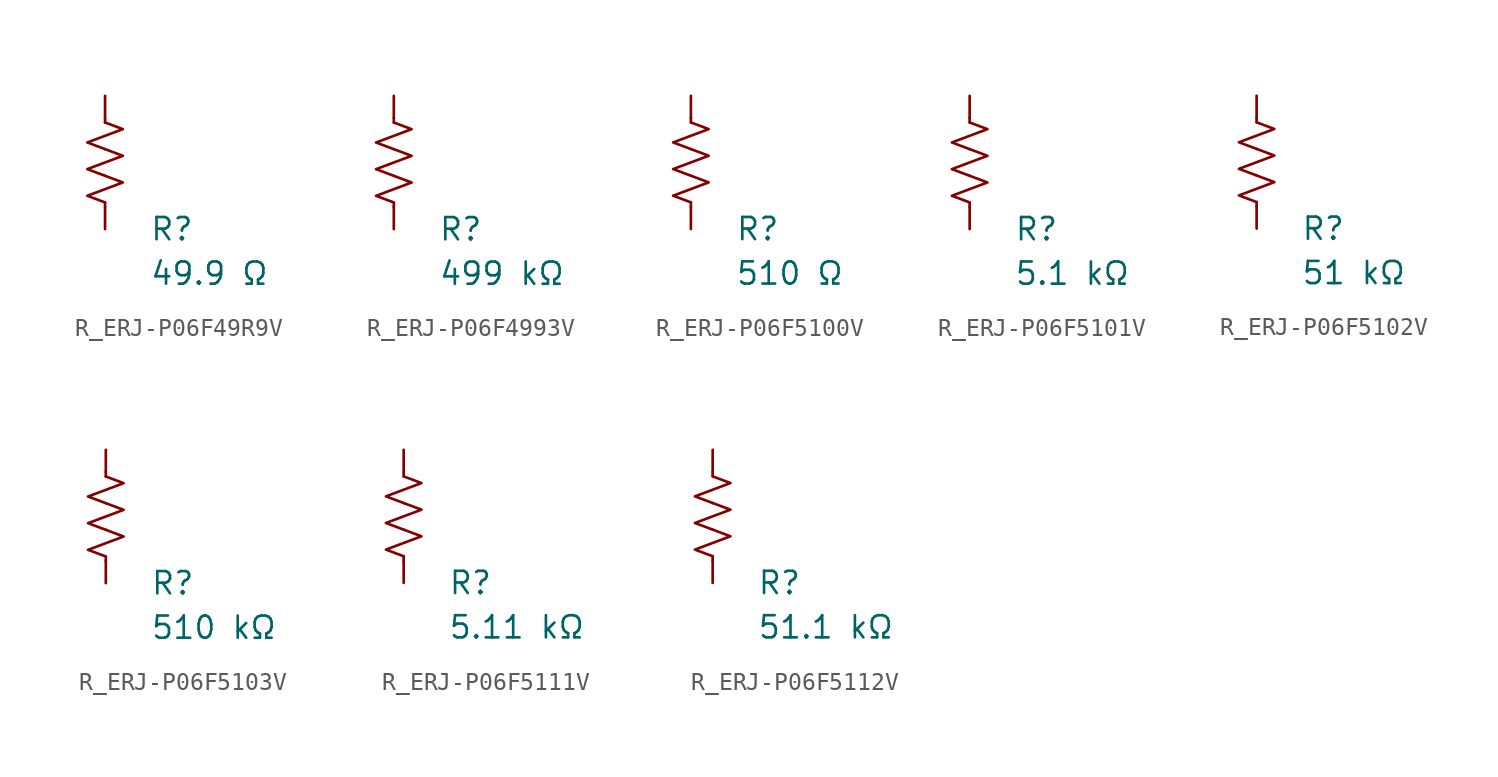
<source format=kicad_sym>
(kicad_symbol_lib
  (version 20231120)
  (generator "kicad_symbol_editor")
  (generator_version "8.0")
  (symbol "R_ERJ-P06F49R9V"
    (pin_numbers hide)
    (pin_names
      (offset 0))
    (property "Reference" "R"
      (at 2.54 -3.81 0)
      (effects (font (size 1.27 1.27)) (justify left))
      (show_name no))
    (property "Value" "49.9 Ω"
      (at 2.54 -6.35 0)
      (effects (font (size 1.27 1.27)) (justify left))
      (show_name no))
    (symbol "R_ERJ-P06F49R9V_0_1"
      (polyline (pts (xy 0 -2.286) (xy 0 -2.54)) (stroke (width 0) (type default)) (fill (type none)))
      (polyline (pts (xy 0 2.286) (xy 0 2.54)) (stroke (width 0) (type default)) (fill (type none)))
      (polyline (pts (xy 0 -0.762) (xy 1.016 -1.143) (xy 0 -1.524) (xy -1.016 -1.905) (xy 0 -2.286)) (stroke (width 0) (type default)) (fill (type none)))
      (polyline (pts (xy 0 0.762) (xy 1.016 0.381) (xy 0 0) (xy -1.016 -0.381) (xy 0 -0.762)) (stroke (width 0) (type default)) (fill (type none)))
      (polyline (pts (xy 0 2.286) (xy 1.016 1.905) (xy 0 1.524) (xy -1.016 1.143) (xy 0 0.762)) (stroke (width 0) (type default)) (fill (type none))))
    (symbol "R_ERJ-P06F49R9V_1_1"
      (pin passive line (at 0 3.81 270) (length 1.27) (name "~" (effects (font (size 1.27 1.27)))) (number "1" (effects (font (size 1.27 1.27)))))
      (pin passive line (at 0 -3.81 90) (length 1.27) (name "~" (effects (font (size 1.27 1.27)))) (number "2" (effects (font (size 1.27 1.27)))))))
  (symbol "R_ERJ-P06F4993V"
    (pin_numbers hide)
    (pin_names
      (offset 0))
    (property "Reference" "R"
      (at 2.54 -3.81 0)
      (effects (font (size 1.27 1.27)) (justify left))
      (show_name no))
    (property "Value" "499 kΩ"
      (at 2.54 -6.35 0)
      (effects (font (size 1.27 1.27)) (justify left))
      (show_name no))
    (symbol "R_ERJ-P06F4993V_0_1"
      (polyline (pts (xy 0 -2.286) (xy 0 -2.54)) (stroke (width 0) (type default)) (fill (type none)))
      (polyline (pts (xy 0 2.286) (xy 0 2.54)) (stroke (width 0) (type default)) (fill (type none)))
      (polyline (pts (xy 0 -0.762) (xy 1.016 -1.143) (xy 0 -1.524) (xy -1.016 -1.905) (xy 0 -2.286)) (stroke (width 0) (type default)) (fill (type none)))
      (polyline (pts (xy 0 0.762) (xy 1.016 0.381) (xy 0 0) (xy -1.016 -0.381) (xy 0 -0.762)) (stroke (width 0) (type default)) (fill (type none)))
      (polyline (pts (xy 0 2.286) (xy 1.016 1.905) (xy 0 1.524) (xy -1.016 1.143) (xy 0 0.762)) (stroke (width 0) (type default)) (fill (type none))))
    (symbol "R_ERJ-P06F4993V_1_1"
      (pin passive line (at 0 3.81 270) (length 1.27) (name "~" (effects (font (size 1.27 1.27)))) (number "1" (effects (font (size 1.27 1.27)))))
      (pin passive line (at 0 -3.81 90) (length 1.27) (name "~" (effects (font (size 1.27 1.27)))) (number "2" (effects (font (size 1.27 1.27)))))))
  (symbol "R_ERJ-P06F5100V"
    (pin_numbers hide)
    (pin_names
      (offset 0))
    (property "Reference" "R"
      (at 2.54 -3.81 0)
      (effects (font (size 1.27 1.27)) (justify left))
      (show_name no))
    (property "Value" "510 Ω"
      (at 2.54 -6.35 0)
      (effects (font (size 1.27 1.27)) (justify left))
      (show_name no))
    (symbol "R_ERJ-P06F5100V_0_1"
      (polyline (pts (xy 0 -2.286) (xy 0 -2.54)) (stroke (width 0) (type default)) (fill (type none)))
      (polyline (pts (xy 0 2.286) (xy 0 2.54)) (stroke (width 0) (type default)) (fill (type none)))
      (polyline (pts (xy 0 -0.762) (xy 1.016 -1.143) (xy 0 -1.524) (xy -1.016 -1.905) (xy 0 -2.286)) (stroke (width 0) (type default)) (fill (type none)))
      (polyline (pts (xy 0 0.762) (xy 1.016 0.381) (xy 0 0) (xy -1.016 -0.381) (xy 0 -0.762)) (stroke (width 0) (type default)) (fill (type none)))
      (polyline (pts (xy 0 2.286) (xy 1.016 1.905) (xy 0 1.524) (xy -1.016 1.143) (xy 0 0.762)) (stroke (width 0) (type default)) (fill (type none))))
    (symbol "R_ERJ-P06F5100V_1_1"
      (pin passive line (at 0 3.81 270) (length 1.27) (name "~" (effects (font (size 1.27 1.27)))) (number "1" (effects (font (size 1.27 1.27)))))
      (pin passive line (at 0 -3.81 90) (length 1.27) (name "~" (effects (font (size 1.27 1.27)))) (number "2" (effects (font (size 1.27 1.27)))))))
  (symbol "R_ERJ-P06F5101V"
    (pin_numbers hide)
    (pin_names
      (offset 0))
    (property "Reference" "R"
      (at 2.54 -3.81 0)
      (effects (font (size 1.27 1.27)) (justify left))
      (show_name no))
    (property "Value" "5.1 kΩ"
      (at 2.54 -6.35 0)
      (effects (font (size 1.27 1.27)) (justify left))
      (show_name no))
    (symbol "R_ERJ-P06F5101V_0_1"
      (polyline (pts (xy 0 -2.286) (xy 0 -2.54)) (stroke (width 0) (type default)) (fill (type none)))
      (polyline (pts (xy 0 2.286) (xy 0 2.54)) (stroke (width 0) (type default)) (fill (type none)))
      (polyline (pts (xy 0 -0.762) (xy 1.016 -1.143) (xy 0 -1.524) (xy -1.016 -1.905) (xy 0 -2.286)) (stroke (width 0) (type default)) (fill (type none)))
      (polyline (pts (xy 0 0.762) (xy 1.016 0.381) (xy 0 0) (xy -1.016 -0.381) (xy 0 -0.762)) (stroke (width 0) (type default)) (fill (type none)))
      (polyline (pts (xy 0 2.286) (xy 1.016 1.905) (xy 0 1.524) (xy -1.016 1.143) (xy 0 0.762)) (stroke (width 0) (type default)) (fill (type none))))
    (symbol "R_ERJ-P06F5101V_1_1"
      (pin passive line (at 0 3.81 270) (length 1.27) (name "~" (effects (font (size 1.27 1.27)))) (number "1" (effects (font (size 1.27 1.27)))))
      (pin passive line (at 0 -3.81 90) (length 1.27) (name "~" (effects (font (size 1.27 1.27)))) (number "2" (effects (font (size 1.27 1.27)))))))
  (symbol "R_ERJ-P06F5102V"
    (pin_numbers hide)
    (pin_names
      (offset 0))
    (property "Reference" "R"
      (at 2.54 -3.81 0)
      (effects (font (size 1.27 1.27)) (justify left))
      (show_name no))
    (property "Value" "51 kΩ"
      (at 2.54 -6.35 0)
      (effects (font (size 1.27 1.27)) (justify left))
      (show_name no))
    (symbol "R_ERJ-P06F5102V_0_1"
      (polyline (pts (xy 0 -2.286) (xy 0 -2.54)) (stroke (width 0) (type default)) (fill (type none)))
      (polyline (pts (xy 0 2.286) (xy 0 2.54)) (stroke (width 0) (type default)) (fill (type none)))
      (polyline (pts (xy 0 -0.762) (xy 1.016 -1.143) (xy 0 -1.524) (xy -1.016 -1.905) (xy 0 -2.286)) (stroke (width 0) (type default)) (fill (type none)))
      (polyline (pts (xy 0 0.762) (xy 1.016 0.381) (xy 0 0) (xy -1.016 -0.381) (xy 0 -0.762)) (stroke (width 0) (type default)) (fill (type none)))
      (polyline (pts (xy 0 2.286) (xy 1.016 1.905) (xy 0 1.524) (xy -1.016 1.143) (xy 0 0.762)) (stroke (width 0) (type default)) (fill (type none))))
    (symbol "R_ERJ-P06F5102V_1_1"
      (pin passive line (at 0 3.81 270) (length 1.27) (name "~" (effects (font (size 1.27 1.27)))) (number "1" (effects (font (size 1.27 1.27)))))
      (pin passive line (at 0 -3.81 90) (length 1.27) (name "~" (effects (font (size 1.27 1.27)))) (number "2" (effects (font (size 1.27 1.27)))))))
  (symbol "R_ERJ-P06F5103V"
    (pin_numbers hide)
    (pin_names
      (offset 0))
    (property "Reference" "R"
      (at 2.54 -3.81 0)
      (effects (font (size 1.27 1.27)) (justify left))
      (show_name no))
    (property "Value" "510 kΩ"
      (at 2.54 -6.35 0)
      (effects (font (size 1.27 1.27)) (justify left))
      (show_name no))
    (symbol "R_ERJ-P06F5103V_0_1"
      (polyline (pts (xy 0 -2.286) (xy 0 -2.54)) (stroke (width 0) (type default)) (fill (type none)))
      (polyline (pts (xy 0 2.286) (xy 0 2.54)) (stroke (width 0) (type default)) (fill (type none)))
      (polyline (pts (xy 0 -0.762) (xy 1.016 -1.143) (xy 0 -1.524) (xy -1.016 -1.905) (xy 0 -2.286)) (stroke (width 0) (type default)) (fill (type none)))
      (polyline (pts (xy 0 0.762) (xy 1.016 0.381) (xy 0 0) (xy -1.016 -0.381) (xy 0 -0.762)) (stroke (width 0) (type default)) (fill (type none)))
      (polyline (pts (xy 0 2.286) (xy 1.016 1.905) (xy 0 1.524) (xy -1.016 1.143) (xy 0 0.762)) (stroke (width 0) (type default)) (fill (type none))))
    (symbol "R_ERJ-P06F5103V_1_1"
      (pin passive line (at 0 3.81 270) (length 1.27) (name "~" (effects (font (size 1.27 1.27)))) (number "1" (effects (font (size 1.27 1.27)))))
      (pin passive line (at 0 -3.81 90) (length 1.27) (name "~" (effects (font (size 1.27 1.27)))) (number "2" (effects (font (size 1.27 1.27)))))))
  (symbol "R_ERJ-P06F5111V"
    (pin_numbers hide)
    (pin_names
      (offset 0))
    (property "Reference" "R"
      (at 2.54 -3.81 0)
      (effects (font (size 1.27 1.27)) (justify left))
      (show_name no))
    (property "Value" "5.11 kΩ"
      (at 2.54 -6.35 0)
      (effects (font (size 1.27 1.27)) (justify left))
      (show_name no))
    (symbol "R_ERJ-P06F5111V_0_1"
      (polyline (pts (xy 0 -2.286) (xy 0 -2.54)) (stroke (width 0) (type default)) (fill (type none)))
      (polyline (pts (xy 0 2.286) (xy 0 2.54)) (stroke (width 0) (type default)) (fill (type none)))
      (polyline (pts (xy 0 -0.762) (xy 1.016 -1.143) (xy 0 -1.524) (xy -1.016 -1.905) (xy 0 -2.286)) (stroke (width 0) (type default)) (fill (type none)))
      (polyline (pts (xy 0 0.762) (xy 1.016 0.381) (xy 0 0) (xy -1.016 -0.381) (xy 0 -0.762)) (stroke (width 0) (type default)) (fill (type none)))
      (polyline (pts (xy 0 2.286) (xy 1.016 1.905) (xy 0 1.524) (xy -1.016 1.143) (xy 0 0.762)) (stroke (width 0) (type default)) (fill (type none))))
    (symbol "R_ERJ-P06F5111V_1_1"
      (pin passive line (at 0 3.81 270) (length 1.27) (name "~" (effects (font (size 1.27 1.27)))) (number "1" (effects (font (size 1.27 1.27)))))
      (pin passive line (at 0 -3.81 90) (length 1.27) (name "~" (effects (font (size 1.27 1.27)))) (number "2" (effects (font (size 1.27 1.27)))))))
  (symbol "R_ERJ-P06F5112V"
    (pin_numbers hide)
    (pin_names
      (offset 0))
    (property "Reference" "R"
      (at 2.54 -3.81 0)
      (effects (font (size 1.27 1.27)) (justify left))
      (show_name no))
    (property "Value" "51.1 kΩ"
      (at 2.54 -6.35 0)
      (effects (font (size 1.27 1.27)) (justify left))
      (show_name no))
    (symbol "R_ERJ-P06F5112V_0_1"
      (polyline (pts (xy 0 -2.286) (xy 0 -2.54)) (stroke (width 0) (type default)) (fill (type none)))
      (polyline (pts (xy 0 2.286) (xy 0 2.54)) (stroke (width 0) (type default)) (fill (type none)))
      (polyline (pts (xy 0 -0.762) (xy 1.016 -1.143) (xy 0 -1.524) (xy -1.016 -1.905) (xy 0 -2.286)) (stroke (width 0) (type default)) (fill (type none)))
      (polyline (pts (xy 0 0.762) (xy 1.016 0.381) (xy 0 0) (xy -1.016 -0.381) (xy 0 -0.762)) (stroke (width 0) (type default)) (fill (type none)))
      (polyline (pts (xy 0 2.286) (xy 1.016 1.905) (xy 0 1.524) (xy -1.016 1.143) (xy 0 0.762)) (stroke (width 0) (type default)) (fill (type none))))
    (symbol "R_ERJ-P06F5112V_1_1"
      (pin passive line (at 0 3.81 270) (length 1.27) (name "~" (effects (font (size 1.27 1.27)))) (number "1" (effects (font (size 1.27 1.27)))))
      (pin passive line (at 0 -3.81 90) (length 1.27) (name "~" (effects (font (size 1.27 1.27)))) (number "2" (effects (font (size 1.27 1.27))))))))
</source>
